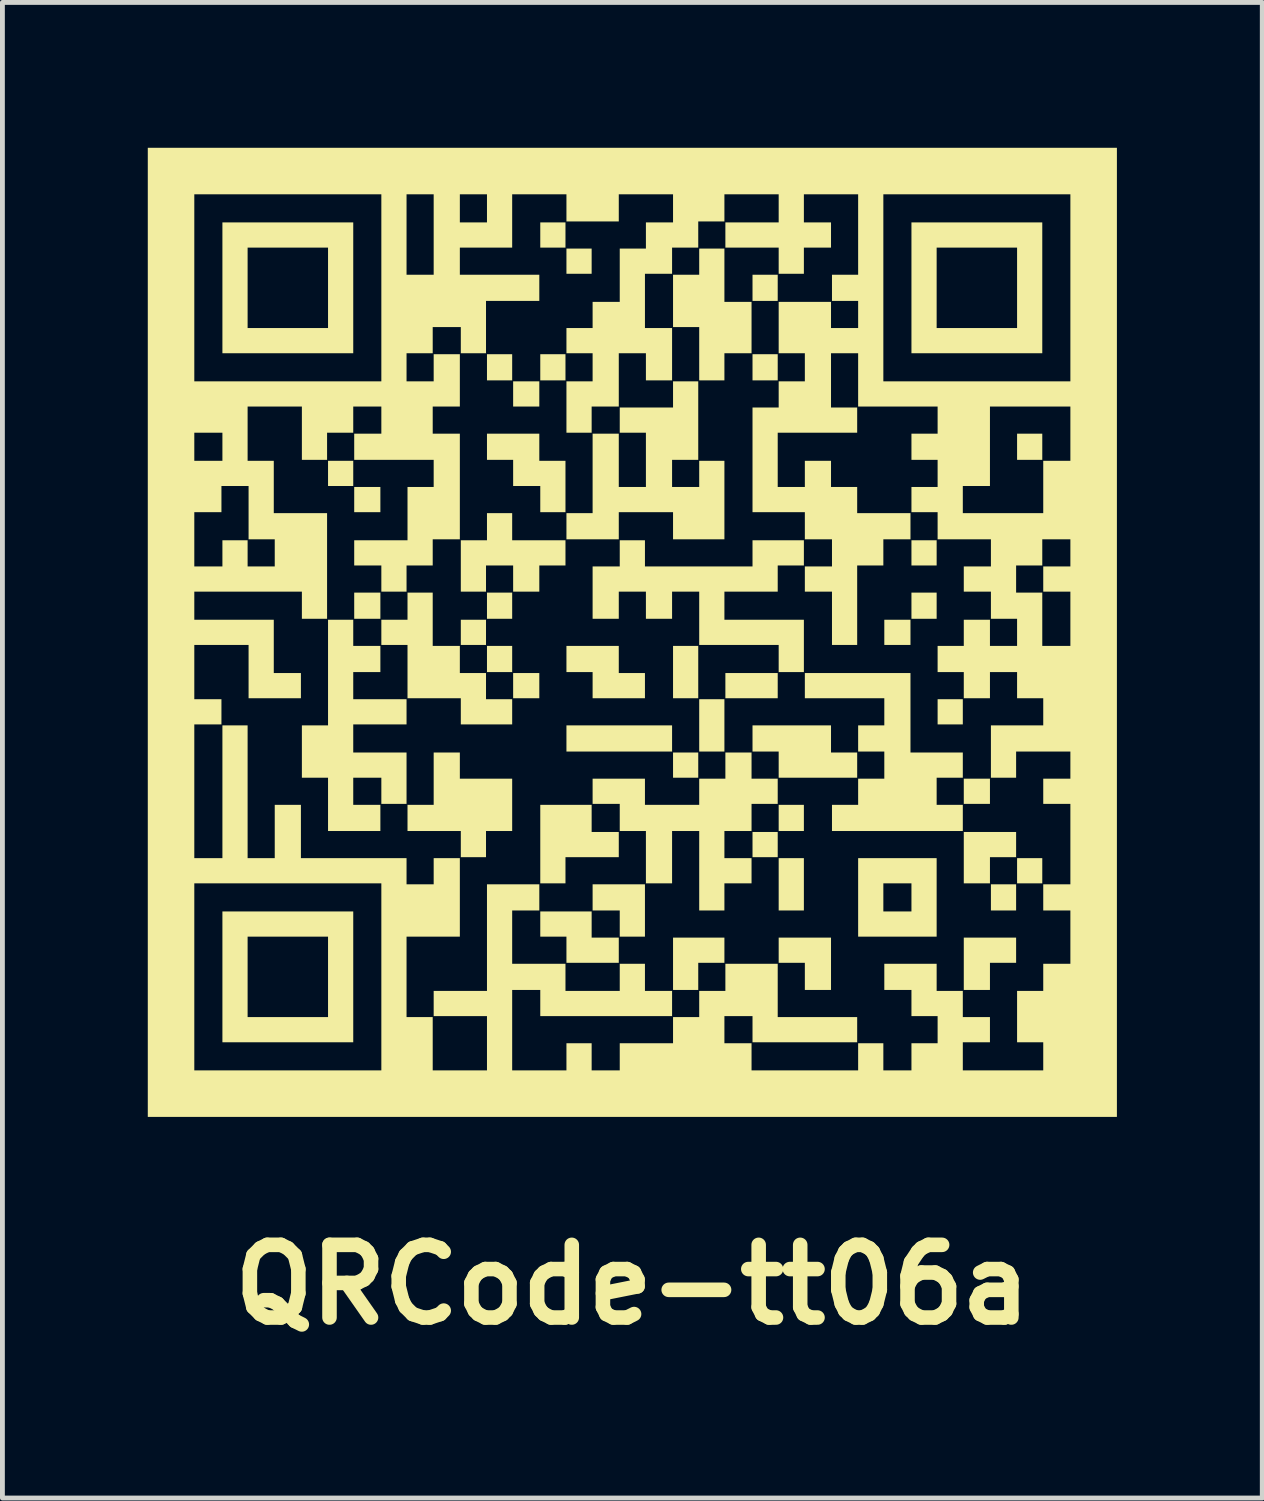
<source format=kicad_pcb>
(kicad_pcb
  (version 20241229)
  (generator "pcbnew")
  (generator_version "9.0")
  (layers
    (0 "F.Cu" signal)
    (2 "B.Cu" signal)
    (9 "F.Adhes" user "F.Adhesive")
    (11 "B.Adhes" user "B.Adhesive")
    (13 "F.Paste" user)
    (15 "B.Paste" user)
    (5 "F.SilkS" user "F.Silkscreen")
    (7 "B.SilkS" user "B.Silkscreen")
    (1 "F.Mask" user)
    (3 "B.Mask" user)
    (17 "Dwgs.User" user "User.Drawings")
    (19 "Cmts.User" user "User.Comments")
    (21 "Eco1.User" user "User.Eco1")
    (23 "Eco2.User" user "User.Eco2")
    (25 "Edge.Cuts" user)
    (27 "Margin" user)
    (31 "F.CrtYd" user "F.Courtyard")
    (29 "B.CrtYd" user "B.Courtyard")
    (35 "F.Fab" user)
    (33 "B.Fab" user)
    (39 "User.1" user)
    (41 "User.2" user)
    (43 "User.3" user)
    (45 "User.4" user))
  (footprint "QRCode-tt06a"
    (layer "F.Cu")
    (at 10 10)
    (property "Reference" "QRCode-tt06a" (at 0 13.462 0) (layer "F.SilkS") (effects (font (size 1.5 1.5) (thickness 0.3))))
    (attr board_only exclude_from_pos_files exclude_from_bom)
    (fp_poly (pts (xy -5.76 -3.28) (xy -5.76 -3.02) (xy -6.02 -3.02) (xy -6.28 -3.02) (xy -6.28 -3.28) (xy -6.28 -3.54) (xy -6.02 -3.54) (xy -5.76 -3.54)) (stroke (width 0) (type solid)) (fill yes) (layer "F.SilkS"))
    (fp_poly (pts (xy -5.2 -2.74) (xy -5.2 -2.48) (xy -5.47 -2.48) (xy -5.74 -2.48) (xy -5.74 -2.74) (xy -5.74 -3) (xy -5.47 -3) (xy -5.2 -3)) (stroke (width 0) (type solid)) (fill yes) (layer "F.SilkS"))
    (fp_poly (pts (xy -5.2 -0.55) (xy -5.2 -0.28) (xy -5.47 -0.28) (xy -5.74 -0.28) (xy -5.74 -0.55) (xy -5.74 -0.82) (xy -5.47 -0.82) (xy -5.2 -0.82)) (stroke (width 0) (type solid)) (fill yes) (layer "F.SilkS"))
    (fp_poly (pts (xy -3.02 0) (xy -3.02 0.26) (xy -3.28 0.26) (xy -3.54 0.26) (xy -3.54 0) (xy -3.54 -0.26) (xy -3.28 -0.26) (xy -3.02 -0.26)) (stroke (width 0) (type solid)) (fill yes) (layer "F.SilkS"))
    (fp_poly (pts (xy -2.48 -5.47) (xy -2.48 -5.2) (xy -2.74 -5.2) (xy -3 -5.2) (xy -3 -5.47) (xy -3 -5.74) (xy -2.74 -5.74) (xy -2.48 -5.74)) (stroke (width 0) (type solid)) (fill yes) (layer "F.SilkS"))
    (fp_poly (pts (xy -2.48 -0.55) (xy -2.48 -0.28) (xy -2.74 -0.28) (xy -3 -0.28) (xy -3 -0.55) (xy -3 -0.82) (xy -2.74 -0.82) (xy -2.48 -0.82)) (stroke (width 0) (type solid)) (fill yes) (layer "F.SilkS"))
    (fp_poly (pts (xy -2.48 0.55) (xy -2.48 0.82) (xy -2.74 0.82) (xy -3 0.82) (xy -3 0.55) (xy -3 0.28) (xy -2.74 0.28) (xy -2.48 0.28)) (stroke (width 0) (type solid)) (fill yes) (layer "F.SilkS"))
    (fp_poly (pts (xy -1.92 -4.92) (xy -1.92 -4.66) (xy -2.19 -4.66) (xy -2.46 -4.66) (xy -2.46 -4.92) (xy -2.46 -5.18) (xy -2.19 -5.18) (xy -1.92 -5.18)) (stroke (width 0) (type solid)) (fill yes) (layer "F.SilkS"))
    (fp_poly (pts (xy -1.92 1.1) (xy -1.92 1.36) (xy -2.19 1.36) (xy -2.46 1.36) (xy -2.46 1.1) (xy -2.46 0.84) (xy -2.19 0.84) (xy -1.92 0.84)) (stroke (width 0) (type solid)) (fill yes) (layer "F.SilkS"))
    (fp_poly (pts (xy -1.38 -8.2) (xy -1.38 -7.94) (xy -1.64 -7.94) (xy -1.9 -7.94) (xy -1.9 -8.2) (xy -1.9 -8.46) (xy -1.64 -8.46) (xy -1.38 -8.46)) (stroke (width 0) (type solid)) (fill yes) (layer "F.SilkS"))
    (fp_poly (pts (xy -1.38 -5.47) (xy -1.38 -5.2) (xy -1.64 -5.2) (xy -1.9 -5.2) (xy -1.9 -5.47) (xy -1.9 -5.74) (xy -1.64 -5.74) (xy -1.38 -5.74)) (stroke (width 0) (type solid)) (fill yes) (layer "F.SilkS"))
    (fp_poly (pts (xy -0.84 -7.66) (xy -0.84 -7.4) (xy -1.1 -7.4) (xy -1.36 -7.4) (xy -1.36 -7.66) (xy -1.36 -7.92) (xy -1.1 -7.92) (xy -0.84 -7.92)) (stroke (width 0) (type solid)) (fill yes) (layer "F.SilkS"))
    (fp_poly (pts (xy 0.82 2.19) (xy 0.82 2.46) (xy -0.27 2.46) (xy -1.36 2.46) (xy -1.36 2.19) (xy -1.36 1.92) (xy -0.27 1.92) (xy 0.82 1.92)) (stroke (width 0) (type solid)) (fill yes) (layer "F.SilkS"))
    (fp_poly (pts (xy 1.36 0.82) (xy 1.36 1.36) (xy 1.1 1.36) (xy 0.84 1.36) (xy 0.84 0.82) (xy 0.84 0.28) (xy 1.1 0.28) (xy 1.36 0.28)) (stroke (width 0) (type solid)) (fill yes) (layer "F.SilkS"))
    (fp_poly (pts (xy 1.36 2.74) (xy 1.36 3) (xy 1.1 3) (xy 0.84 3) (xy 0.84 2.74) (xy 0.84 2.48) (xy 1.1 2.48) (xy 1.36 2.48)) (stroke (width 0) (type solid)) (fill yes) (layer "F.SilkS"))
    (fp_poly (pts (xy 1.9 1.92) (xy 1.9 2.46) (xy 1.64 2.46) (xy 1.38 2.46) (xy 1.38 1.92) (xy 1.38 1.38) (xy 1.64 1.38) (xy 1.9 1.38)) (stroke (width 0) (type solid)) (fill yes) (layer "F.SilkS"))
    (fp_poly (pts (xy 3 -7.11) (xy 3 -6.84) (xy 2.74 -6.84) (xy 2.48 -6.84) (xy 2.48 -7.11) (xy 2.48 -7.38) (xy 2.74 -7.38) (xy 3 -7.38)) (stroke (width 0) (type solid)) (fill yes) (layer "F.SilkS"))
    (fp_poly (pts (xy 3 -5.47) (xy 3 -5.2) (xy 2.74 -5.2) (xy 2.48 -5.2) (xy 2.48 -5.47) (xy 2.48 -5.74) (xy 2.74 -5.74) (xy 3 -5.74)) (stroke (width 0) (type solid)) (fill yes) (layer "F.SilkS"))
    (fp_poly (pts (xy 3 1.1) (xy 3 1.36) (xy 2.46 1.36) (xy 1.92 1.36) (xy 1.92 1.1) (xy 1.92 0.84) (xy 2.46 0.84) (xy 3 0.84)) (stroke (width 0) (type solid)) (fill yes) (layer "F.SilkS"))
    (fp_poly (pts (xy 3 4.38) (xy 3 4.64) (xy 2.74 4.64) (xy 2.48 4.64) (xy 2.48 4.38) (xy 2.48 4.12) (xy 2.74 4.12) (xy 3 4.12)) (stroke (width 0) (type solid)) (fill yes) (layer "F.SilkS"))
    (fp_poly (pts (xy 3.54 3.83) (xy 3.54 4.1) (xy 3.28 4.1) (xy 3.02 4.1) (xy 3.02 3.83) (xy 3.02 3.56) (xy 3.28 3.56) (xy 3.54 3.56)) (stroke (width 0) (type solid)) (fill yes) (layer "F.SilkS"))
    (fp_poly (pts (xy 3.54 5.2) (xy 3.54 5.74) (xy 3.28 5.74) (xy 3.02 5.74) (xy 3.02 5.2) (xy 3.02 4.66) (xy 3.28 4.66) (xy 3.54 4.66)) (stroke (width 0) (type solid)) (fill yes) (layer "F.SilkS"))
    (fp_poly (pts (xy 5.74 0) (xy 5.74 0.26) (xy 5.47 0.26) (xy 5.2 0.26) (xy 5.2 0) (xy 5.2 -0.26) (xy 5.47 -0.26) (xy 5.74 -0.26)) (stroke (width 0) (type solid)) (fill yes) (layer "F.SilkS"))
    (fp_poly (pts (xy 6.28 -1.64) (xy 6.28 -1.38) (xy 6.02 -1.38) (xy 5.76 -1.38) (xy 5.76 -1.64) (xy 5.76 -1.9) (xy 6.02 -1.9) (xy 6.28 -1.9)) (stroke (width 0) (type solid)) (fill yes) (layer "F.SilkS"))
    (fp_poly (pts (xy 6.28 -0.55) (xy 6.28 -0.28) (xy 6.02 -0.28) (xy 5.76 -0.28) (xy 5.76 -0.55) (xy 5.76 -0.82) (xy 6.02 -0.82) (xy 6.28 -0.82)) (stroke (width 0) (type solid)) (fill yes) (layer "F.SilkS"))
    (fp_poly (pts (xy 6.82 1.64) (xy 6.82 1.9) (xy 6.56 1.9) (xy 6.3 1.9) (xy 6.3 1.64) (xy 6.3 1.38) (xy 6.56 1.38) (xy 6.82 1.38)) (stroke (width 0) (type solid)) (fill yes) (layer "F.SilkS"))
    (fp_poly (pts (xy 7.38 3.28) (xy 7.38 3.54) (xy 7.11 3.54) (xy 6.84 3.54) (xy 6.84 3.28) (xy 6.84 3.02) (xy 7.11 3.02) (xy 7.38 3.02)) (stroke (width 0) (type solid)) (fill yes) (layer "F.SilkS"))
    (fp_poly (pts (xy 7.92 5.47) (xy 7.92 5.74) (xy 7.66 5.74) (xy 7.4 5.74) (xy 7.4 5.47) (xy 7.4 5.2) (xy 7.66 5.2) (xy 7.92 5.2)) (stroke (width 0) (type solid)) (fill yes) (layer "F.SilkS"))
    (fp_poly (pts (xy 8.46 -3.83) (xy 8.46 -3.56) (xy 8.2 -3.56) (xy 7.94 -3.56) (xy 7.94 -3.83) (xy 7.94 -4.1) (xy 8.2 -4.1) (xy 8.46 -4.1)) (stroke (width 0) (type solid)) (fill yes) (layer "F.SilkS"))
    (fp_poly (pts (xy 8.46 4.92) (xy 8.46 5.18) (xy 8.2 5.18) (xy 7.94 5.18) (xy 7.94 4.92) (xy 7.94 4.66) (xy 8.2 4.66) (xy 8.46 4.66)) (stroke (width 0) (type solid)) (fill yes) (layer "F.SilkS"))
    (fp_poly (pts (xy 0.26 5.74) (xy 0.26 6.28) (xy 0 6.28) (xy -0.26 6.28) (xy -0.26 6.01) (xy -0.26 5.74) (xy -0.54 5.74) (xy -0.82 5.74) (xy -0.82 5.47) (xy -0.82 5.2) (xy -0.28 5.2) (xy 0.26 5.2)) (stroke (width 0) (type solid)) (fill yes) (layer "F.SilkS"))
    (fp_poly (pts (xy 1.9 6.56) (xy 1.9 6.82) (xy 1.63 6.82) (xy 1.36 6.82) (xy 1.36 7.1) (xy 1.36 7.38) (xy 1.1 7.38) (xy 0.84 7.38) (xy 0.84 6.84) (xy 0.84 6.3) (xy 1.37 6.3) (xy 1.9 6.3)) (stroke (width 0) (type solid)) (fill yes) (layer "F.SilkS"))
    (fp_poly (pts (xy 4.1 6.84) (xy 4.1 7.38) (xy 3.83 7.38) (xy 3.56 7.38) (xy 3.56 7.1) (xy 3.56 6.82) (xy 3.29 6.82) (xy 3.02 6.82) (xy 3.02 6.56) (xy 3.02 6.3) (xy 3.56 6.3) (xy 4.1 6.3)) (stroke (width 0) (type solid)) (fill yes) (layer "F.SilkS"))
    (fp_poly (pts (xy 7.92 4.38) (xy 7.92 4.64) (xy 7.65 4.64) (xy 7.38 4.64) (xy 7.38 4.91) (xy 7.38 5.18) (xy 7.11 5.18) (xy 6.84 5.18) (xy 6.84 4.65) (xy 6.84 4.12) (xy 7.38 4.12) (xy 7.92 4.12)) (stroke (width 0) (type solid)) (fill yes) (layer "F.SilkS"))
    (fp_poly (pts (xy 7.92 6.56) (xy 7.92 6.82) (xy 7.65 6.82) (xy 7.38 6.82) (xy 7.38 7.1) (xy 7.38 7.38) (xy 7.11 7.38) (xy 6.84 7.38) (xy 6.84 6.84) (xy 6.84 6.3) (xy 7.38 6.3) (xy 7.92 6.3)) (stroke (width 0) (type solid)) (fill yes) (layer "F.SilkS"))
    (fp_poly (pts (xy -0.84 3.84) (xy -0.84 4.12) (xy -0.56 4.12) (xy -0.28 4.12) (xy -0.28 4.38) (xy -0.28 4.64) (xy -0.83 4.64) (xy -1.38 4.64) (xy -1.38 4.91) (xy -1.38 5.18) (xy -1.64 5.18) (xy -1.9 5.18) (xy -1.9 4.37) (xy -1.9 3.56) (xy -1.37 3.56) (xy -0.84 3.56)) (stroke (width 0) (type solid)) (fill yes) (layer "F.SilkS"))
    (fp_poly (pts (xy -0.84 6.03) (xy -0.84 6.3) (xy -0.56 6.3) (xy -0.28 6.3) (xy -0.28 6.56) (xy -0.28 6.82) (xy -0.82 6.82) (xy -1.36 6.82) (xy -1.36 6.55) (xy -1.36 6.28) (xy -1.63 6.28) (xy -1.9 6.28) (xy -1.9 6.02) (xy -1.9 5.76) (xy -1.37 5.76) (xy -0.84 5.76)) (stroke (width 0) (type solid)) (fill yes) (layer "F.SilkS"))
    (fp_poly (pts (xy -0.28 0.56) (xy -0.28 0.84) (xy -0.01 0.84) (xy 0.26 0.84) (xy 0.26 1.1) (xy 0.26 1.36) (xy -0.28 1.36) (xy -0.82 1.36) (xy -0.82 1.09) (xy -0.82 0.82) (xy -1.09 0.82) (xy -1.36 0.82) (xy -1.36 0.55) (xy -1.36 0.28) (xy -0.82 0.28) (xy -0.28 0.28)) (stroke (width 0) (type solid)) (fill yes) (layer "F.SilkS"))
    (fp_poly (pts (xy 4.1 2.2) (xy 4.1 2.48) (xy 4.37 2.48) (xy 4.64 2.48) (xy 4.64 2.74) (xy 4.64 3) (xy 3.83 3) (xy 3.02 3) (xy 3.02 2.73) (xy 3.02 2.46) (xy 2.75 2.46) (xy 2.48 2.46) (xy 2.48 2.19) (xy 2.48 1.92) (xy 3.29 1.92) (xy 4.1 1.92)) (stroke (width 0) (type solid)) (fill yes) (layer "F.SilkS"))
    (fp_poly (pts (xy -5.76 -7.11) (xy -5.76 -5.76) (xy -7.11 -5.76) (xy -8.46 -5.76) (xy -8.46 -7.11) (xy -7.94 -7.11) (xy -7.94 -6.28) (xy -7.11 -6.28) (xy -6.28 -6.28) (xy -6.28 -7.11) (xy -6.28 -7.94) (xy -7.11 -7.94) (xy -7.94 -7.94) (xy -7.94 -7.11) (xy -8.46 -7.11) (xy -8.46 -8.46) (xy -7.11 -8.46) (xy -5.76 -8.46)) (stroke (width 0) (type solid)) (fill yes) (layer "F.SilkS"))
    (fp_poly (pts (xy -5.76 7.11) (xy -5.76 8.46) (xy -7.11 8.46) (xy -8.46 8.46) (xy -8.46 7.11) (xy -7.94 7.11) (xy -7.94 7.94) (xy -7.11 7.94) (xy -6.28 7.94) (xy -6.28 7.11) (xy -6.28 6.28) (xy -7.11 6.28) (xy -7.94 6.28) (xy -7.94 7.11) (xy -8.46 7.11) (xy -8.46 5.76) (xy -7.11 5.76) (xy -5.76 5.76)) (stroke (width 0) (type solid)) (fill yes) (layer "F.SilkS"))
    (fp_poly (pts (xy 6.28 5.47) (xy 6.28 6.28) (xy 5.47 6.28) (xy 4.66 6.28) (xy 4.66 5.47) (xy 5.18 5.47) (xy 5.18 5.76) (xy 5.47 5.76) (xy 5.76 5.76) (xy 5.76 5.47) (xy 5.76 5.18) (xy 5.47 5.18) (xy 5.18 5.18) (xy 5.18 5.47) (xy 4.66 5.47) (xy 4.66 4.66) (xy 5.47 4.66) (xy 6.28 4.66)) (stroke (width 0) (type solid)) (fill yes) (layer "F.SilkS"))
    (fp_poly (pts (xy 8.46 -7.11) (xy 8.46 -5.76) (xy 7.11 -5.76) (xy 5.76 -5.76) (xy 5.76 -7.11) (xy 6.28 -7.11) (xy 6.28 -6.28) (xy 7.11 -6.28) (xy 7.94 -6.28) (xy 7.94 -7.11) (xy 7.94 -7.94) (xy 7.11 -7.94) (xy 6.28 -7.94) (xy 6.28 -7.11) (xy 5.76 -7.11) (xy 5.76 -8.46) (xy 7.11 -8.46) (xy 8.46 -8.46)) (stroke (width 0) (type solid)) (fill yes) (layer "F.SilkS"))
    (fp_poly (pts (xy -1.92 -3.82) (xy -1.92 -3.54) (xy -1.65 -3.54) (xy -1.38 -3.54) (xy -1.38 -3.01) (xy -1.38 -2.48) (xy -1.64 -2.48) (xy -1.9 -2.48) (xy -1.9 -2.75) (xy -1.9 -3.02) (xy -2.18 -3.02) (xy -2.46 -3.02) (xy -2.46 -3.29) (xy -2.46 -3.56) (xy -2.73 -3.56) (xy -3 -3.56) (xy -3 -3.83) (xy -3 -4.1) (xy -2.46 -4.1) (xy -1.92 -4.1)) (stroke (width 0) (type solid)) (fill yes) (layer "F.SilkS"))
    (fp_poly (pts (xy -3.56 2.75) (xy -3.56 3.02) (xy -3.02 3.02) (xy -2.48 3.02) (xy -2.48 3.56) (xy -2.48 4.1) (xy -2.75 4.1) (xy -3.02 4.1) (xy -3.02 4.37) (xy -3.02 4.64) (xy -3.28 4.64) (xy -3.54 4.64) (xy -3.54 4.37) (xy -3.54 4.1) (xy -4.09 4.1) (xy -4.64 4.1) (xy -4.64 3.83) (xy -4.64 3.56) (xy -4.37 3.56) (xy -4.1 3.56) (xy -4.1 3.02) (xy -4.1 2.48) (xy -3.83 2.48) (xy -3.56 2.48)) (stroke (width 0) (type solid)) (fill yes) (layer "F.SilkS"))
    (fp_poly (pts (xy 1.9 -7.37) (xy 1.9 -6.82) (xy 2.18 -6.82) (xy 2.46 -6.82) (xy 2.46 -6.29) (xy 2.46 -5.76) (xy 2.18 -5.76) (xy 1.9 -5.76) (xy 1.9 -5.48) (xy 1.9 -5.2) (xy 1.64 -5.2) (xy 1.38 -5.2) (xy 1.38 -5.75) (xy 1.38 -6.3) (xy 1.11 -6.3) (xy 0.84 -6.3) (xy 0.84 -6.84) (xy 0.84 -7.38) (xy 1.11 -7.38) (xy 1.38 -7.38) (xy 1.38 -7.65) (xy 1.38 -7.92) (xy 1.64 -7.92) (xy 1.9 -7.92)) (stroke (width 0) (type solid)) (fill yes) (layer "F.SilkS"))
    (fp_poly (pts (xy -2.48 -2.18) (xy -2.48 -1.9) (xy -1.93 -1.9) (xy -1.38 -1.9) (xy -1.38 -1.64) (xy -1.38 -1.38) (xy -1.65 -1.38) (xy -1.92 -1.38) (xy -1.92 -1.11) (xy -1.92 -0.84) (xy -2.19 -0.84) (xy -2.46 -0.84) (xy -2.46 -1.11) (xy -2.46 -1.38) (xy -2.74 -1.38) (xy -3.02 -1.38) (xy -3.02 -1.11) (xy -3.02 -0.84) (xy -3.28 -0.84) (xy -3.54 -0.84) (xy -3.54 -1.37) (xy -3.54 -1.9) (xy -3.27 -1.9) (xy -3 -1.9) (xy -3 -2.18) (xy -3 -2.46) (xy -2.74 -2.46) (xy -2.48 -2.46)) (stroke (width 0) (type solid)) (fill yes) (layer "F.SilkS"))
    (fp_poly (pts (xy -4.12 -0.27) (xy -4.12 0.28) (xy -3.84 0.28) (xy -3.56 0.28) (xy -3.56 0.56) (xy -3.56 0.84) (xy -3.29 0.84) (xy -3.02 0.84) (xy -3.02 1.11) (xy -3.02 1.38) (xy -2.75 1.38) (xy -2.48 1.38) (xy -2.48 1.64) (xy -2.48 1.9) (xy -3.01 1.9) (xy -3.54 1.9) (xy -3.54 1.63) (xy -3.54 1.36) (xy -4.09 1.36) (xy -4.64 1.36) (xy -4.64 0.81) (xy -4.64 0.26) (xy -4.91 0.26) (xy -5.18 0.26) (xy -5.18 0) (xy -5.18 -0.26) (xy -4.91 -0.26) (xy -4.64 -0.26) (xy -4.64 -0.54) (xy -4.64 -0.82) (xy -4.38 -0.82) (xy -4.12 -0.82)) (stroke (width 0) (type solid)) (fill yes) (layer "F.SilkS"))
    (fp_poly (pts (xy 5.74 1.66) (xy 5.74 2.48) (xy 6.28 2.48) (xy 6.82 2.48) (xy 6.82 2.74) (xy 6.82 3) (xy 6.55 3) (xy 6.28 3) (xy 6.28 3.28) (xy 6.28 3.56) (xy 6.55 3.56) (xy 6.82 3.56) (xy 6.82 3.83) (xy 6.82 4.1) (xy 5.47 4.1) (xy 4.12 4.1) (xy 4.12 3.83) (xy 4.12 3.56) (xy 4.39 3.56) (xy 4.66 3.56) (xy 4.66 3.29) (xy 4.66 3.02) (xy 4.93 3.02) (xy 5.2 3.02) (xy 5.2 2.74) (xy 5.2 2.46) (xy 4.93 2.46) (xy 4.66 2.46) (xy 4.66 2.19) (xy 4.66 1.92) (xy 4.93 1.92) (xy 5.2 1.92) (xy 5.2 1.64) (xy 5.2 1.36) (xy 4.38 1.36) (xy 3.56 1.36) (xy 3.56 1.1) (xy 3.56 0.84) (xy 4.65 0.84) (xy 5.74 0.84)) (stroke (width 0) (type solid)) (fill yes) (layer "F.SilkS"))
    (fp_poly (pts (xy -5.76 0.01) (xy -5.76 0.28) (xy -5.48 0.28) (xy -5.2 0.28) (xy -5.2 0.55) (xy -5.2 0.82) (xy -5.48 0.82) (xy -5.76 0.82) (xy -5.76 1.1) (xy -5.76 1.38) (xy -5.21 1.38) (xy -4.66 1.38) (xy -4.66 1.64) (xy -4.66 1.9) (xy -5.21 1.9) (xy -5.76 1.9) (xy -5.76 2.19) (xy -5.76 2.48) (xy -5.21 2.48) (xy -4.66 2.48) (xy -4.66 3.01) (xy -4.66 3.54) (xy -4.92 3.54) (xy -5.18 3.54) (xy -5.18 3.27) (xy -5.18 3) (xy -5.47 3) (xy -5.76 3) (xy -5.76 3.28) (xy -5.76 3.56) (xy -5.48 3.56) (xy -5.2 3.56) (xy -5.2 3.83) (xy -5.2 4.1) (xy -5.74 4.1) (xy -6.28 4.1) (xy -6.28 3.55) (xy -6.28 3) (xy -6.55 3) (xy -6.82 3) (xy -6.82 2.46) (xy -6.82 1.92) (xy -6.55 1.92) (xy -6.28 1.92) (xy -6.28 0.83) (xy -6.28 -0.26) (xy -6.02 -0.26) (xy -5.76 -0.26)) (stroke (width 0) (type solid)) (fill yes) (layer "F.SilkS"))
    (fp_poly (pts (xy 1.36 -4.37) (xy 1.36 -3.56) (xy 1.09 -3.56) (xy 0.82 -3.56) (xy 0.82 -3.28) (xy 0.82 -3) (xy 1.1 -3) (xy 1.38 -3) (xy 1.38 -3.27) (xy 1.38 -3.54) (xy 1.64 -3.54) (xy 1.9 -3.54) (xy 1.9 -2.73) (xy 1.9 -1.92) (xy 1.37 -1.92) (xy 0.84 -1.92) (xy 0.84 -2.2) (xy 0.84 -2.48) (xy 0.28 -2.48) (xy -0.28 -2.48) (xy -0.28 -2.2) (xy -0.28 -1.92) (xy -0.82 -1.92) (xy -1.36 -1.92) (xy -1.36 -2.19) (xy -1.36 -2.46) (xy -1.09 -2.46) (xy -0.82 -2.46) (xy -0.82 -3.28) (xy -0.82 -4.1) (xy -0.55 -4.1) (xy -0.28 -4.1) (xy -0.28 -3.55) (xy -0.28 -3) (xy 0 -3) (xy 0.28 -3) (xy 0.28 -3.56) (xy 0.28 -4.12) (xy 0.01 -4.12) (xy -0.26 -4.12) (xy -0.26 -4.38) (xy -0.26 -4.64) (xy 0.29 -4.64) (xy 0.84 -4.64) (xy 0.84 -4.91) (xy 0.84 -5.18) (xy 1.1 -5.18) (xy 1.36 -5.18)) (stroke (width 0) (type solid)) (fill yes) (layer "F.SilkS"))
    (fp_poly (pts (xy 0.26 -1.63) (xy 0.26 -1.36) (xy 1.37 -1.36) (xy 2.48 -1.36) (xy 2.48 -1.63) (xy 2.48 -1.9) (xy 3.01 -1.9) (xy 3.54 -1.9) (xy 3.54 -1.64) (xy 3.54 -1.38) (xy 3.27 -1.38) (xy 3 -1.38) (xy 3 -1.11) (xy 3 -0.84) (xy 2.45 -0.84) (xy 1.9 -0.84) (xy 1.9 -0.55) (xy 1.9 -0.26) (xy 2.72 -0.26) (xy 3.54 -0.26) (xy 3.54 0.28) (xy 3.54 0.82) (xy 3.28 0.82) (xy 3.02 0.82) (xy 3.02 0.54) (xy 3.02 0.26) (xy 2.2 0.26) (xy 1.38 0.26) (xy 1.38 -0.29) (xy 1.38 -0.84) (xy 1.1 -0.84) (xy 0.82 -0.84) (xy 0.82 -0.56) (xy 0.82 -0.28) (xy 0.55 -0.28) (xy 0.28 -0.28) (xy 0.28 -0.56) (xy 0.28 -0.84) (xy 0 -0.84) (xy -0.28 -0.84) (xy -0.28 -0.56) (xy -0.28 -0.28) (xy -0.55 -0.28) (xy -0.82 -0.28) (xy -0.82 -0.82) (xy -0.82 -1.36) (xy -0.54 -1.36) (xy -0.26 -1.36) (xy -0.26 -1.63) (xy -0.26 -1.9) (xy 0 -1.9) (xy 0.26 -1.9)) (stroke (width 0) (type solid)) (fill yes) (layer "F.SilkS"))
    (fp_poly (pts (xy 2.46 2.75) (xy 2.46 3.02) (xy 2.73 3.02) (xy 3 3.02) (xy 3 3.28) (xy 3 3.54) (xy 2.73 3.54) (xy 2.46 3.54) (xy 2.46 3.82) (xy 2.46 4.1) (xy 2.18 4.1) (xy 1.9 4.1) (xy 1.9 4.38) (xy 1.9 4.66) (xy 2.18 4.66) (xy 2.46 4.66) (xy 2.46 4.92) (xy 2.46 5.18) (xy 2.18 5.18) (xy 1.9 5.18) (xy 1.9 5.46) (xy 1.9 5.74) (xy 1.64 5.74) (xy 1.38 5.74) (xy 1.38 4.92) (xy 1.38 4.1) (xy 1.1 4.1) (xy 0.82 4.1) (xy 0.82 4.64) (xy 0.82 5.18) (xy 0.55 5.18) (xy 0.28 5.18) (xy 0.28 4.64) (xy 0.28 4.1) (xy 0.01 4.1) (xy -0.26 4.1) (xy -0.26 3.82) (xy -0.26 3.54) (xy -0.54 3.54) (xy -0.82 3.54) (xy -0.82 3.28) (xy -0.82 3.02) (xy -0.28 3.02) (xy 0.26 3.02) (xy 0.26 3.29) (xy 0.26 3.56) (xy 0.82 3.56) (xy 1.38 3.56) (xy 1.38 3.29) (xy 1.38 3.02) (xy 1.65 3.02) (xy 1.92 3.02) (xy 1.92 2.75) (xy 1.92 2.48) (xy 2.19 2.48) (xy 2.46 2.48)) (stroke (width 0) (type solid)) (fill yes) (layer "F.SilkS"))
    (fp_poly (pts (xy 10 0) (xy 10 10) (xy 0 10) (xy -10 10) (xy -10 7.11) (xy -9.04 7.11) (xy -9.04 9.04) (xy -7.11 9.04) (xy -5.18 9.04) (xy -5.18 7.11) (xy -5.18 5.18) (xy -7.11 5.18) (xy -9.04 5.18) (xy -9.04 7.11) (xy -10 7.11) (xy -10 0) (xy -10 -0.84) (xy -9.04 -0.84) (xy -9.04 -0.55) (xy -9.04 -0.26) (xy -8.22 -0.26) (xy -7.4 -0.26) (xy -7.4 0.29) (xy -7.4 0.84) (xy -7.12 0.84) (xy -6.84 0.84) (xy -6.84 1.1) (xy -6.84 1.36) (xy -7.38 1.36) (xy -7.92 1.36) (xy -7.92 0.81) (xy -7.92 0.26) (xy -8.48 0.26) (xy -9.04 0.26) (xy -9.04 0.82) (xy -9.04 1.38) (xy -8.76 1.38) (xy -8.48 1.38) (xy -8.48 1.64) (xy -8.48 1.9) (xy -8.76 1.9) (xy -9.04 1.9) (xy -9.04 3.28) (xy -9.04 4.66) (xy -8.75 4.66) (xy -8.46 4.66) (xy -8.46 3.29) (xy -8.46 1.92) (xy -8.2 1.92) (xy -7.94 1.92) (xy -7.94 3.29) (xy -7.94 4.66) (xy -7.66 4.66) (xy -7.38 4.66) (xy -7.38 4.11) (xy -7.38 3.56) (xy -7.11 3.56) (xy -6.84 3.56) (xy -6.84 4.11) (xy -6.84 4.66) (xy -5.75 4.66) (xy -4.66 4.66) (xy -4.66 4.93) (xy -4.66 5.2) (xy -4.38 5.2) (xy -4.1 5.2) (xy -4.1 4.93) (xy -4.1 4.66) (xy -3.83 4.66) (xy -3.56 4.66) (xy -3.56 5.47) (xy -3.56 6.28) (xy -4.11 6.28) (xy -4.66 6.28) (xy -4.66 7.11) (xy -4.66 7.94) (xy -4.39 7.94) (xy -4.12 7.94) (xy -4.12 8.49) (xy -4.12 9.04) (xy -3.56 9.04) (xy -3 9.04) (xy -3 8.48) (xy -3 7.92) (xy -3.55 7.92) (xy -4.1 7.92) (xy -4.1 7.66) (xy -4.1 7.4) (xy -3.55 7.4) (xy -3 7.4) (xy -3 6.3) (xy -3 5.2) (xy -2.46 5.2) (xy -1.92 5.2) (xy -1.92 5.47) (xy -1.92 5.74) (xy -2.2 5.74) (xy -2.48 5.74) (xy -2.48 6.29) (xy -2.48 6.84) (xy -1.93 6.84) (xy -1.38 6.84) (xy -1.38 7.12) (xy -1.38 7.4) (xy -0.82 7.4) (xy -0.26 7.4) (xy -0.26 7.12) (xy -0.26 6.84) (xy 0 6.84) (xy 0.26 6.84) (xy 0.26 7.12) (xy 0.26 7.4) (xy 0.54 7.4) (xy 0.82 7.4) (xy 0.82 7.66) (xy 0.82 7.92) (xy -0.54 7.92) (xy -1.9 7.92) (xy -1.9 7.65) (xy -1.9 7.38) (xy -2.19 7.38) (xy -2.48 7.38) (xy -2.48 8.21) (xy -2.48 9.04) (xy -1.92 9.04) (xy -1.36 9.04) (xy -1.36 8.76) (xy -1.36 8.48) (xy -1.1 8.48) (xy -0.84 8.48) (xy -0.84 8.76) (xy -0.84 9.04) (xy -0.55 9.04) (xy -0.26 9.04) (xy -0.26 8.76) (xy -0.26 8.48) (xy 0.29 8.48) (xy 0.84 8.48) (xy 0.84 8.21) (xy 0.84 7.94) (xy 1.11 7.94) (xy 1.38 7.94) (xy 1.38 7.67) (xy 1.38 7.4) (xy 1.65 7.4) (xy 1.92 7.4) (xy 1.92 7.12) (xy 1.92 6.84) (xy 2.46 6.84) (xy 3 6.84) (xy 3 7.39) (xy 3 7.94) (xy 3.82 7.94) (xy 4.64 7.94) (xy 4.64 8.2) (xy 4.64 8.46) (xy 3.56 8.46) (xy 2.48 8.46) (xy 2.48 8.19) (xy 2.48 7.92) (xy 2.19 7.92) (xy 1.9 7.92) (xy 1.9 8.2) (xy 1.9 8.48) (xy 2.18 8.48) (xy 2.46 8.48) (xy 2.46 8.76) (xy 2.46 9.04) (xy 3.56 9.04) (xy 4.66 9.04) (xy 4.66 8.76) (xy 4.66 8.48) (xy 4.92 8.48) (xy 5.18 8.48) (xy 5.18 8.76) (xy 5.18 9.04) (xy 5.47 9.04) (xy 5.76 9.04) (xy 5.76 8.76) (xy 5.76 8.48) (xy 6.03 8.48) (xy 6.3 8.48) (xy 6.3 8.2) (xy 6.3 7.92) (xy 6.03 7.92) (xy 5.76 7.92) (xy 5.76 7.65) (xy 5.76 7.38) (xy 5.48 7.38) (xy 5.2 7.38) (xy 5.2 7.11) (xy 5.2 6.84) (xy 5.74 6.84) (xy 6.28 6.84) (xy 6.28 7.12) (xy 6.28 7.4) (xy 6.55 7.4) (xy 6.82 7.4) (xy 6.82 7.67) (xy 6.82 7.94) (xy 7.1 7.94) (xy 7.38 7.94) (xy 7.38 8.2) (xy 7.38 8.46) (xy 7.1 8.46) (xy 6.82 8.46) (xy 6.82 8.75) (xy 6.82 9.04) (xy 7.65 9.04) (xy 8.48 9.04) (xy 8.48 8.75) (xy 8.48 8.46) (xy 8.21 8.46) (xy 7.94 8.46) (xy 7.94 7.93) (xy 7.94 7.4) (xy 8.21 7.4) (xy 8.48 7.4) (xy 8.48 7.12) (xy 8.48 6.84) (xy 8.76 6.84) (xy 9.04 6.84) (xy 9.04 6.29) (xy 9.04 5.74) (xy 8.76 5.74) (xy 8.48 5.74) (xy 8.48 5.47) (xy 8.48 5.2) (xy 8.76 5.2) (xy 9.04 5.2) (xy 9.04 4.37) (xy 9.04 3.54) (xy 8.76 3.54) (xy 8.48 3.54) (xy 8.48 3.28) (xy 8.48 3.02) (xy 8.76 3.02) (xy 9.04 3.02) (xy 9.04 2.74) (xy 9.04 2.46) (xy 8.48 2.46) (xy 7.92 2.46) (xy 7.92 2.73) (xy 7.92 3) (xy 7.66 3) (xy 7.4 3) (xy 7.4 2.46) (xy 7.4 1.92) (xy 7.94 1.92) (xy 8.48 1.92) (xy 8.48 1.64) (xy 8.48 1.36) (xy 8.21 1.36) (xy 7.94 1.36) (xy 7.94 1.09) (xy 7.94 0.82) (xy 7.66 0.82) (xy 7.38 0.82) (xy 7.38 1.09) (xy 7.38 1.36) (xy 7.11 1.36) (xy 6.84 1.36) (xy 6.84 1.09) (xy 6.84 0.82) (xy 6.57 0.82) (xy 6.3 0.82) (xy 6.3 0.55) (xy 6.3 0.28) (xy 6.57 0.28) (xy 6.84 0.28) (xy 6.84 0.01) (xy 6.84 -0.26) (xy 7.11 -0.26) (xy 7.38 -0.26) (xy 7.38 0.01) (xy 7.38 0.28) (xy 7.66 0.28) (xy 7.94 0.28) (xy 7.94 0) (xy 7.94 -0.28) (xy 7.67 -0.28) (xy 7.4 -0.28) (xy 7.4 -0.56) (xy 7.4 -0.84) (xy 7.12 -0.84) (xy 6.84 -0.84) (xy 6.84 -1.1) (xy 6.84 -1.36) (xy 7.12 -1.36) (xy 7.4 -1.36) (xy 7.4 -1.38) (xy 7.92 -1.38) (xy 7.92 -1.1) (xy 7.92 -0.82) (xy 8.19 -0.82) (xy 8.46 -0.82) (xy 8.46 -0.27) (xy 8.46 0.28) (xy 8.75 0.28) (xy 9.04 0.28) (xy 9.04 -0.28) (xy 9.04 -0.84) (xy 8.76 -0.84) (xy 8.48 -0.84) (xy 8.48 -1.1) (xy 8.48 -1.36) (xy 8.76 -1.36) (xy 9.04 -1.36) (xy 9.04 -1.64) (xy 9.04 -1.92) (xy 8.75 -1.92) (xy 8.46 -1.92) (xy 8.46 -1.65) (xy 8.46 -1.38) (xy 8.19 -1.38) (xy 7.92 -1.38) (xy 7.4 -1.38) (xy 7.4 -1.64) (xy 7.4 -1.92) (xy 6.85 -1.92) (xy 6.3 -1.92) (xy 6.3 -2.2) (xy 6.3 -2.48) (xy 6.03 -2.48) (xy 5.76 -2.48) (xy 5.76 -2.74) (xy 5.76 -3) (xy 6.03 -3) (xy 6.3 -3) (xy 6.3 -3.02) (xy 6.82 -3.02) (xy 6.82 -2.74) (xy 6.82 -2.46) (xy 7.65 -2.46) (xy 8.48 -2.46) (xy 8.48 -3) (xy 8.48 -3.54) (xy 8.76 -3.54) (xy 9.04 -3.54) (xy 9.04 -4.1) (xy 9.04 -4.66) (xy 8.21 -4.66) (xy 7.38 -4.66) (xy 7.38 -3.84) (xy 7.38 -3.02) (xy 7.1 -3.02) (xy 6.82 -3.02) (xy 6.3 -3.02) (xy 6.3 -3.28) (xy 6.3 -3.56) (xy 6.03 -3.56) (xy 5.76 -3.56) (xy 5.76 -3.83) (xy 5.76 -4.1) (xy 6.03 -4.1) (xy 6.3 -4.1) (xy 6.3 -4.38) (xy 6.3 -4.66) (xy 5.48 -4.66) (xy 4.66 -4.66) (xy 4.66 -5.21) (xy 4.66 -5.76) (xy 4.38 -5.76) (xy 4.1 -5.76) (xy 4.1 -5.2) (xy 4.1 -4.64) (xy 4.37 -4.64) (xy 4.64 -4.64) (xy 4.64 -4.38) (xy 4.64 -4.12) (xy 3.82 -4.12) (xy 3 -4.12) (xy 3 -3.56) (xy 3 -3) (xy 3.28 -3) (xy 3.56 -3) (xy 3.56 -3.27) (xy 3.56 -3.54) (xy 3.83 -3.54) (xy 4.1 -3.54) (xy 4.1 -3.27) (xy 4.1 -3) (xy 4.37 -3) (xy 4.64 -3) (xy 4.64 -2.73) (xy 4.64 -2.46) (xy 5.19 -2.46) (xy 5.74 -2.46) (xy 5.74 -2.19) (xy 5.74 -1.92) (xy 5.46 -1.92) (xy 5.18 -1.92) (xy 5.18 -1.65) (xy 5.18 -1.38) (xy 4.91 -1.38) (xy 4.64 -1.38) (xy 4.64 -0.56) (xy 4.64 0.26) (xy 4.38 0.26) (xy 4.12 0.26) (xy 4.12 -0.29) (xy 4.12 -0.84) (xy 3.84 -0.84) (xy 3.56 -0.84) (xy 3.56 -1.1) (xy 3.56 -1.36) (xy 3.84 -1.36) (xy 4.12 -1.36) (xy 4.12 -1.64) (xy 4.12 -1.92) (xy 3.84 -1.92) (xy 3.56 -1.92) (xy 3.56 -2.2) (xy 3.56 -2.48) (xy 3.02 -2.48) (xy 2.48 -2.48) (xy 2.48 -3.56) (xy 2.48 -4.64) (xy 2.75 -4.64) (xy 3.02 -4.64) (xy 3.02 -4.91) (xy 3.02 -5.18) (xy 3.29 -5.18) (xy 3.56 -5.18) (xy 3.56 -5.47) (xy 3.56 -5.76) (xy 3.29 -5.76) (xy 3.02 -5.76) (xy 3.02 -6.29) (xy 3.02 -6.82) (xy 3.56 -6.82) (xy 4.1 -6.82) (xy 4.1 -6.55) (xy 4.1 -6.28) (xy 4.38 -6.28) (xy 4.66 -6.28) (xy 4.66 -6.56) (xy 4.66 -6.84) (xy 4.39 -6.84) (xy 4.12 -6.84) (xy 4.12 -7.11) (xy 5.18 -7.11) (xy 5.18 -5.18) (xy 7.11 -5.18) (xy 9.04 -5.18) (xy 9.04 -7.11) (xy 9.04 -9.04) (xy 7.11 -9.04) (xy 5.18 -9.04) (xy 5.18 -7.11) (xy 4.12 -7.11) (xy 4.12 -7.38) (xy 4.39 -7.38) (xy 4.66 -7.38) (xy 4.66 -8.21) (xy 4.66 -9.04) (xy 4.1 -9.04) (xy 3.54 -9.04) (xy 3.54 -8.75) (xy 3.54 -8.46) (xy 3.82 -8.46) (xy 4.1 -8.46) (xy 4.1 -8.2) (xy 4.1 -7.94) (xy 3.82 -7.94) (xy 3.54 -7.94) (xy 3.54 -7.67) (xy 3.54 -7.4) (xy 3.28 -7.4) (xy 3.02 -7.4) (xy 3.02 -7.67) (xy 3.02 -7.94) (xy 2.47 -7.94) (xy 1.92 -7.94) (xy 1.92 -8.2) (xy 1.92 -8.46) (xy 2.47 -8.46) (xy 3.02 -8.46) (xy 3.02 -8.75) (xy 3.02 -9.04) (xy 2.46 -9.04) (xy 1.9 -9.04) (xy 1.9 -8.76) (xy 1.9 -8.48) (xy 1.63 -8.48) (xy 1.36 -8.48) (xy 1.36 -8.21) (xy 1.36 -7.94) (xy 1.09 -7.94) (xy 0.82 -7.94) (xy 0.82 -7.67) (xy 0.82 -7.4) (xy 0.54 -7.4) (xy 0.26 -7.4) (xy 0.26 -6.84) (xy 0.26 -6.28) (xy 0.54 -6.28) (xy 0.82 -6.28) (xy 0.82 -5.74) (xy 0.82 -5.2) (xy 0.55 -5.2) (xy 0.28 -5.2) (xy 0.28 -5.48) (xy 0.28 -5.76) (xy 0 -5.76) (xy -0.28 -5.76) (xy -0.28 -5.21) (xy -0.28 -4.66) (xy -0.56 -4.66) (xy -0.84 -4.66) (xy -0.84 -4.39) (xy -0.84 -4.12) (xy -1.1 -4.12) (xy -1.36 -4.12) (xy -1.36 -4.65) (xy -1.36 -5.18) (xy -1.09 -5.18) (xy -0.82 -5.18) (xy -0.82 -5.47) (xy -0.82 -5.76) (xy -1.09 -5.76) (xy -1.36 -5.76) (xy -1.36 -6.02) (xy -1.36 -6.28) (xy -1.09 -6.28) (xy -0.82 -6.28) (xy -0.82 -6.55) (xy -0.82 -6.82) (xy -0.54 -6.82) (xy -0.26 -6.82) (xy -0.26 -7.37) (xy -0.26 -7.92) (xy 0.01 -7.92) (xy 0.28 -7.92) (xy 0.28 -8.19) (xy 0.28 -8.46) (xy 0.56 -8.46) (xy 0.84 -8.46) (xy 0.84 -8.75) (xy 0.84 -9.04) (xy 0.28 -9.04) (xy -0.28 -9.04) (xy -0.28 -8.76) (xy -0.28 -8.48) (xy -0.82 -8.48) (xy -1.36 -8.48) (xy -1.36 -8.76) (xy -1.36 -9.04) (xy -1.92 -9.04) (xy -2.48 -9.04) (xy -2.48 -8.49) (xy -2.48 -7.94) (xy -3.02 -7.94) (xy -3.56 -7.94) (xy -3.56 -7.66) (xy -3.56 -7.38) (xy -2.74 -7.38) (xy -1.92 -7.38) (xy -1.92 -7.11) (xy -1.92 -6.84) (xy -2.47 -6.84) (xy -3.02 -6.84) (xy -3.02 -6.3) (xy -3.02 -5.76) (xy -3.28 -5.76) (xy -3.54 -5.76) (xy -3.54 -6.03) (xy -3.54 -6.3) (xy -3.83 -6.3) (xy -4.12 -6.3) (xy -4.12 -6.03) (xy -4.12 -5.76) (xy -4.39 -5.76) (xy -4.66 -5.76) (xy -4.66 -5.47) (xy -4.66 -5.18) (xy -4.38 -5.18) (xy -4.1 -5.18) (xy -4.1 -5.46) (xy -4.1 -5.74) (xy -3.83 -5.74) (xy -3.56 -5.74) (xy -3.56 -5.2) (xy -3.56 -4.66) (xy -3.84 -4.66) (xy -4.12 -4.66) (xy -4.12 -4.38) (xy -4.12 -4.1) (xy -3.84 -4.1) (xy -3.56 -4.1) (xy -3.56 -3.01) (xy -3.56 -1.92) (xy -3.84 -1.92) (xy -4.12 -1.92) (xy -4.12 -1.65) (xy -4.12 -1.38) (xy -4.39 -1.38) (xy -4.66 -1.38) (xy -4.66 -1.11) (xy -4.66 -0.84) (xy -4.92 -0.84) (xy -5.18 -0.84) (xy -5.18 -1.11) (xy -5.18 -1.38) (xy -5.46 -1.38) (xy -5.74 -1.38) (xy -5.74 -1.64) (xy -5.74 -1.9) (xy -5.19 -1.9) (xy -4.64 -1.9) (xy -4.64 -2.45) (xy -4.64 -3) (xy -4.37 -3) (xy -4.1 -3) (xy -4.1 -3.28) (xy -4.1 -3.56) (xy -4.92 -3.56) (xy -5.74 -3.56) (xy -5.74 -3.83) (xy -5.74 -4.1) (xy -5.46 -4.1) (xy -5.18 -4.1) (xy -5.18 -4.38) (xy -5.18 -4.66) (xy -5.47 -4.66) (xy -5.76 -4.66) (xy -5.76 -4.39) (xy -5.76 -4.12) (xy -6.03 -4.12) (xy -6.3 -4.12) (xy -6.3 -3.84) (xy -6.3 -3.56) (xy -6.56 -3.56) (xy -6.82 -3.56) (xy -6.82 -4.11) (xy -6.82 -4.66) (xy -7.38 -4.66) (xy -7.94 -4.66) (xy -7.94 -4.1) (xy -7.94 -3.54) (xy -7.67 -3.54) (xy -7.4 -3.54) (xy -7.4 -3) (xy -7.4 -2.46) (xy -6.85 -2.46) (xy -6.3 -2.46) (xy -6.3 -1.37) (xy -6.3 -0.28) (xy -6.56 -0.28) (xy -6.82 -0.28) (xy -6.82 -0.56) (xy -6.82 -0.84) (xy -7.93 -0.84) (xy -9.04 -0.84) (xy -10 -0.84) (xy -10 -2.48) (xy -9.04 -2.48) (xy -9.04 -1.92) (xy -9.04 -1.36) (xy -8.75 -1.36) (xy -8.46 -1.36) (xy -8.46 -1.63) (xy -8.46 -1.9) (xy -8.2 -1.9) (xy -7.94 -1.9) (xy -7.94 -1.63) (xy -7.94 -1.36) (xy -7.66 -1.36) (xy -7.38 -1.36) (xy -7.38 -1.64) (xy -7.38 -1.92) (xy -7.65 -1.92) (xy -7.92 -1.92) (xy -7.92 -2.47) (xy -7.92 -3.02) (xy -8.2 -3.02) (xy -8.48 -3.02) (xy -8.48 -2.75) (xy -8.48 -2.48) (xy -8.76 -2.48) (xy -9.04 -2.48) (xy -10 -2.48) (xy -10 -3.83) (xy -9.04 -3.83) (xy -9.04 -3.54) (xy -8.75 -3.54) (xy -8.46 -3.54) (xy -8.46 -3.83) (xy -8.46 -4.12) (xy -8.75 -4.12) (xy -9.04 -4.12) (xy -9.04 -3.83) (xy -10 -3.83) (xy -10 -7.11) (xy -9.04 -7.11) (xy -9.04 -5.18) (xy -7.11 -5.18) (xy -5.18 -5.18) (xy -5.18 -7.11) (xy -5.18 -8.21) (xy -4.66 -8.21) (xy -4.66 -7.38) (xy -4.38 -7.38) (xy -4.1 -7.38) (xy -4.1 -8.21) (xy -4.1 -8.75) (xy -3.56 -8.75) (xy -3.56 -8.46) (xy -3.28 -8.46) (xy -3 -8.46) (xy -3 -8.75) (xy -3 -9.04) (xy -3.28 -9.04) (xy -3.56 -9.04) (xy -3.56 -8.75) (xy -4.1 -8.75) (xy -4.1 -9.04) (xy -4.38 -9.04) (xy -4.66 -9.04) (xy -4.66 -8.21) (xy -5.18 -8.21) (xy -5.18 -9.04) (xy -7.11 -9.04) (xy -9.04 -9.04) (xy -9.04 -7.11) (xy -10 -7.11) (xy -10 -10) (xy 0 -10) (xy 10 -10)) (stroke (width 0) (type solid)) (fill yes) (layer "F.SilkS")))
  (gr_rect
    (start -3 -3)
    (end 23 27.866)
    (stroke (width 0.1) (type default))
    (fill no)
    (layer "Edge.Cuts")))
</source>
